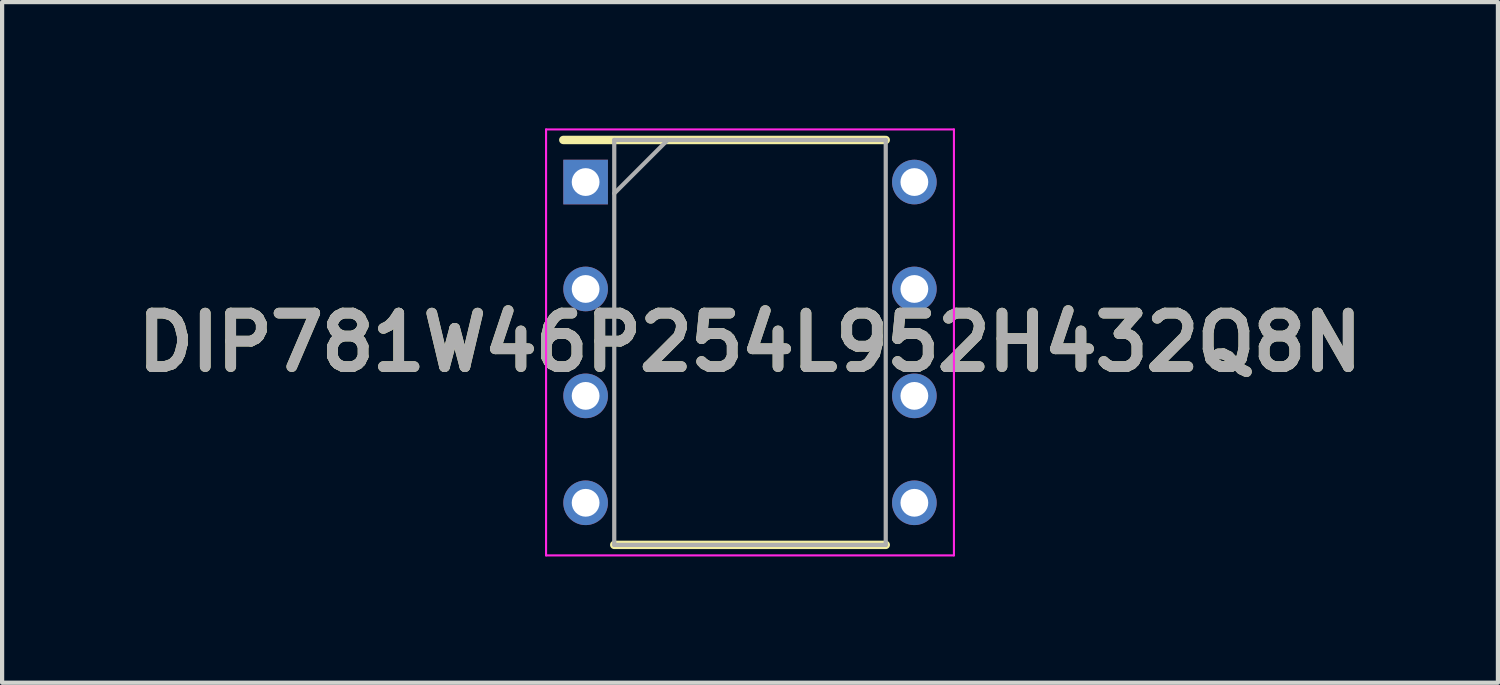
<source format=kicad_pcb>
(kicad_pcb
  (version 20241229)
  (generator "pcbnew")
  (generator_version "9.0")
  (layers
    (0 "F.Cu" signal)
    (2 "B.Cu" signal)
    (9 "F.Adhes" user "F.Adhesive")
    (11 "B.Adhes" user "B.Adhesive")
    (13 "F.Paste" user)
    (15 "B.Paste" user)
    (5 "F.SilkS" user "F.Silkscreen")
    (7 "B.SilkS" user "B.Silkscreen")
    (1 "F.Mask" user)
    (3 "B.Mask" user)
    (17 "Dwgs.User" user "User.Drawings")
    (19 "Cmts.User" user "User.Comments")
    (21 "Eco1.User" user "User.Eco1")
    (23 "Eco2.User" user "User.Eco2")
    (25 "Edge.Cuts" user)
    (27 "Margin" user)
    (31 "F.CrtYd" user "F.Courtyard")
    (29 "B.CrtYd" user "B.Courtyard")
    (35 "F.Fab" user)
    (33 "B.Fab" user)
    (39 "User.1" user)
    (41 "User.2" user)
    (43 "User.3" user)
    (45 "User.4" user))
  (footprint "DIP781W46P254L952H432Q8N"
    (layer "F.Cu")
    (at 14.768 5.085)
    (property "Reference" "DIP781W46P254L952H432Q8N" (at 0 0 0) (layer "F.SilkS") (effects (font (size 1.27 1.27) (thickness 0.254))))
    (attr through_hole)
    (fp_line (start -4.435 -4.81) (end 3.225 -4.81) (stroke (width 0.2) (type solid)) (layer "F.SilkS"))
    (fp_line (start -3.225 4.81) (end 3.225 4.81) (stroke (width 0.2) (type solid)) (layer "F.SilkS"))
    (fp_line (start -4.845 -5.06) (end 4.845 -5.06) (stroke (width 0.05) (type solid)) (layer "F.CrtYd"))
    (fp_line (start -4.845 5.06) (end -4.845 -5.06) (stroke (width 0.05) (type solid)) (layer "F.CrtYd"))
    (fp_line (start 4.845 -5.06) (end 4.845 5.06) (stroke (width 0.05) (type solid)) (layer "F.CrtYd"))
    (fp_line (start 4.845 5.06) (end -4.845 5.06) (stroke (width 0.05) (type solid)) (layer "F.CrtYd"))
    (fp_line (start -3.225 -4.81) (end 3.225 -4.81) (stroke (width 0.1) (type solid)) (layer "F.Fab"))
    (fp_line (start -3.225 -3.54) (end -1.955 -4.81) (stroke (width 0.1) (type solid)) (layer "F.Fab"))
    (fp_line (start -3.225 4.81) (end -3.225 -4.81) (stroke (width 0.1) (type solid)) (layer "F.Fab"))
    (fp_line (start 3.225 -4.81) (end 3.225 4.81) (stroke (width 0.1) (type solid)) (layer "F.Fab"))
    (fp_line (start 3.225 4.81) (end -3.225 4.81) (stroke (width 0.1) (type solid)) (layer "F.Fab"))
    (fp_text user "${REFERENCE}" (at 0 0 0) (layer "F.Fab") (effects (font (size 1.27 1.27) (thickness 0.254))))
    (pad "1" thru_hole rect (at -3.905 -3.81) (size 1.06 1.06) (drill 0.66) (layers "*.Cu" "*.Mask"))
    (pad "2" thru_hole circle (at -3.905 -1.27) (size 1.06 1.06) (drill 0.66) (layers "*.Cu" "*.Mask"))
    (pad "3" thru_hole circle (at -3.905 1.27) (size 1.06 1.06) (drill 0.66) (layers "*.Cu" "*.Mask"))
    (pad "4" thru_hole circle (at -3.905 3.81) (size 1.06 1.06) (drill 0.66) (layers "*.Cu" "*.Mask"))
    (pad "5" thru_hole circle (at 3.905 3.81) (size 1.06 1.06) (drill 0.66) (layers "*.Cu" "*.Mask"))
    (pad "6" thru_hole circle (at 3.905 1.27) (size 1.06 1.06) (drill 0.66) (layers "*.Cu" "*.Mask"))
    (pad "7" thru_hole circle (at 3.905 -1.27) (size 1.06 1.06) (drill 0.66) (layers "*.Cu" "*.Mask"))
    (pad "8" thru_hole circle (at 3.905 -3.81) (size 1.06 1.06) (drill 0.66) (layers "*.Cu" "*.Mask")))
  (gr_rect
    (start -3 -3)
    (end 32.537 13.17)
    (stroke (width 0.1) (type default))
    (fill no)
    (layer "Edge.Cuts")))
</source>
